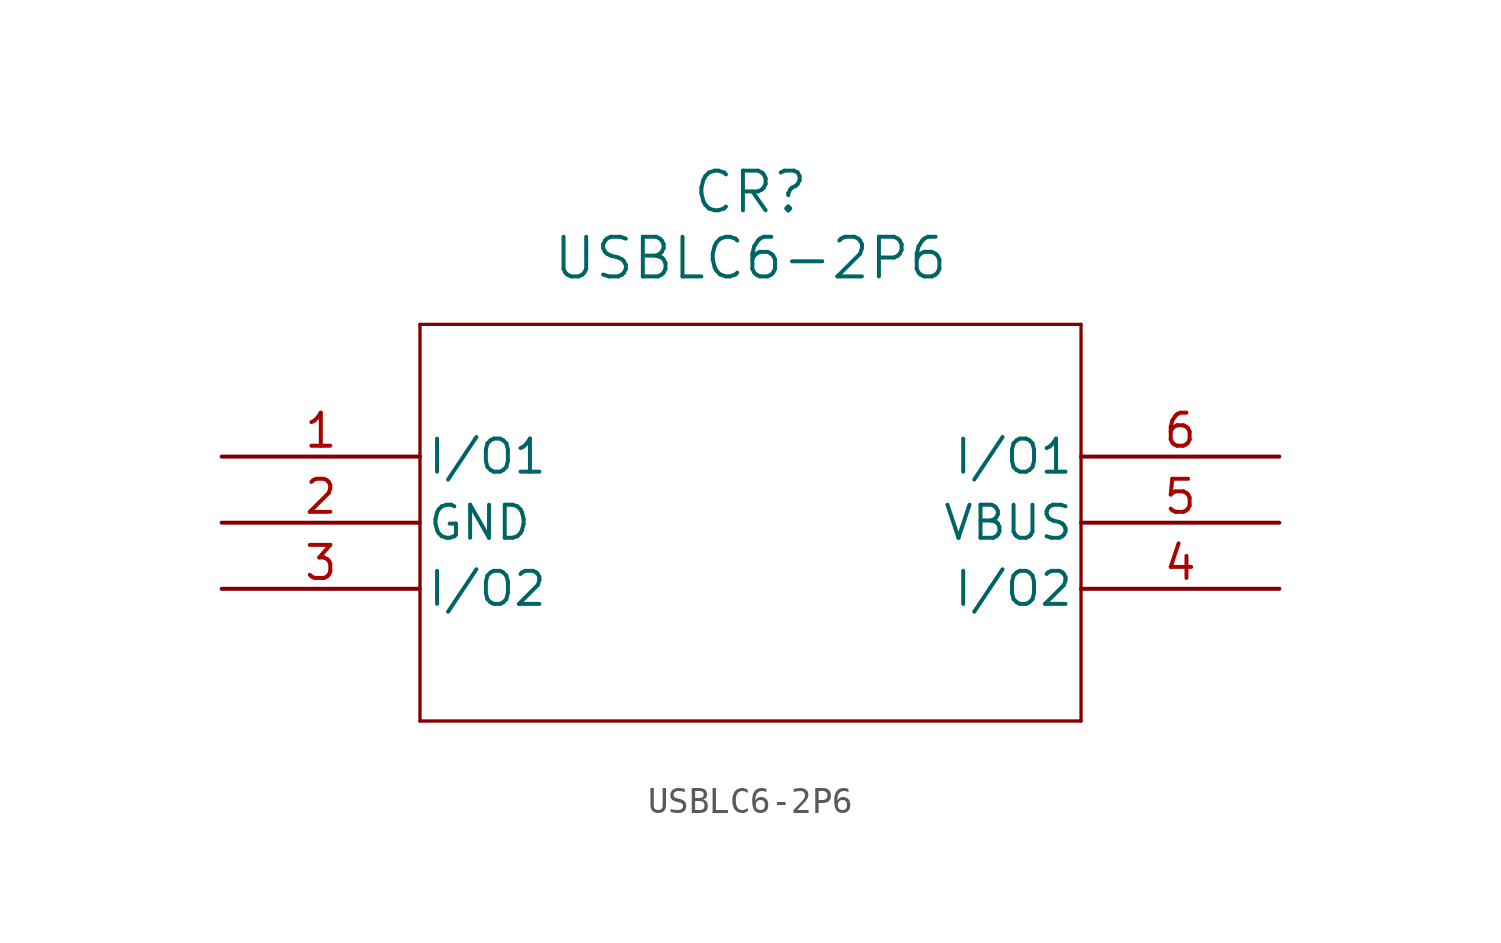
<source format=kicad_sym>
(kicad_symbol_lib
  (version 20211014)
  (generator kicad_symbol_editor)
  (symbol "USBLC6-2P6"
    (pin_names
      (offset 0.254))
    (property "Reference" "CR"
      (at 20.32 10.16 0)
      (effects (font (size 1.524 1.524))))
    (property "Value" "USBLC6-2P6"
      (at 20.32 7.62 0)
      (effects (font (size 1.524 1.524))))
    (symbol "USBLC6-2P6_0_1"
      (polyline (pts (xy 7.62 5.08) (xy 7.62 -10.16)) (stroke (width 0.127) (type default) (color 0 0 0 0)) (fill (type none)))
      (polyline (pts (xy 7.62 -10.16) (xy 33.02 -10.16)) (stroke (width 0.127) (type default) (color 0 0 0 0)) (fill (type none)))
      (polyline (pts (xy 33.02 -10.16) (xy 33.02 5.08)) (stroke (width 0.127) (type default) (color 0 0 0 0)) (fill (type none)))
      (polyline (pts (xy 33.02 5.08) (xy 7.62 5.08)) (stroke (width 0.127) (type default) (color 0 0 0 0)) (fill (type none)))
      (pin bidirectional line (at 0 0 0) (length 7.62) (name "I/O1" (effects (font (size 1.27 1.27)))) (number "1" (effects (font (size 1.27 1.27)))))
      (pin power_in line (at 0 -2.54 0) (length 7.62) (name "GND" (effects (font (size 1.27 1.27)))) (number "2" (effects (font (size 1.27 1.27)))))
      (pin bidirectional line (at 0 -5.08 0) (length 7.62) (name "I/O2" (effects (font (size 1.27 1.27)))) (number "3" (effects (font (size 1.27 1.27)))))
      (pin bidirectional line (at 40.64 -5.08 180) (length 7.62) (name "I/O2" (effects (font (size 1.27 1.27)))) (number "4" (effects (font (size 1.27 1.27)))))
      (pin power_in line (at 40.64 -2.54 180) (length 7.62) (name "VBUS" (effects (font (size 1.27 1.27)))) (number "5" (effects (font (size 1.27 1.27)))))
      (pin bidirectional line (at 40.64 0 180) (length 7.62) (name "I/O1" (effects (font (size 1.27 1.27)))) (number "6" (effects (font (size 1.27 1.27))))))))
</source>
